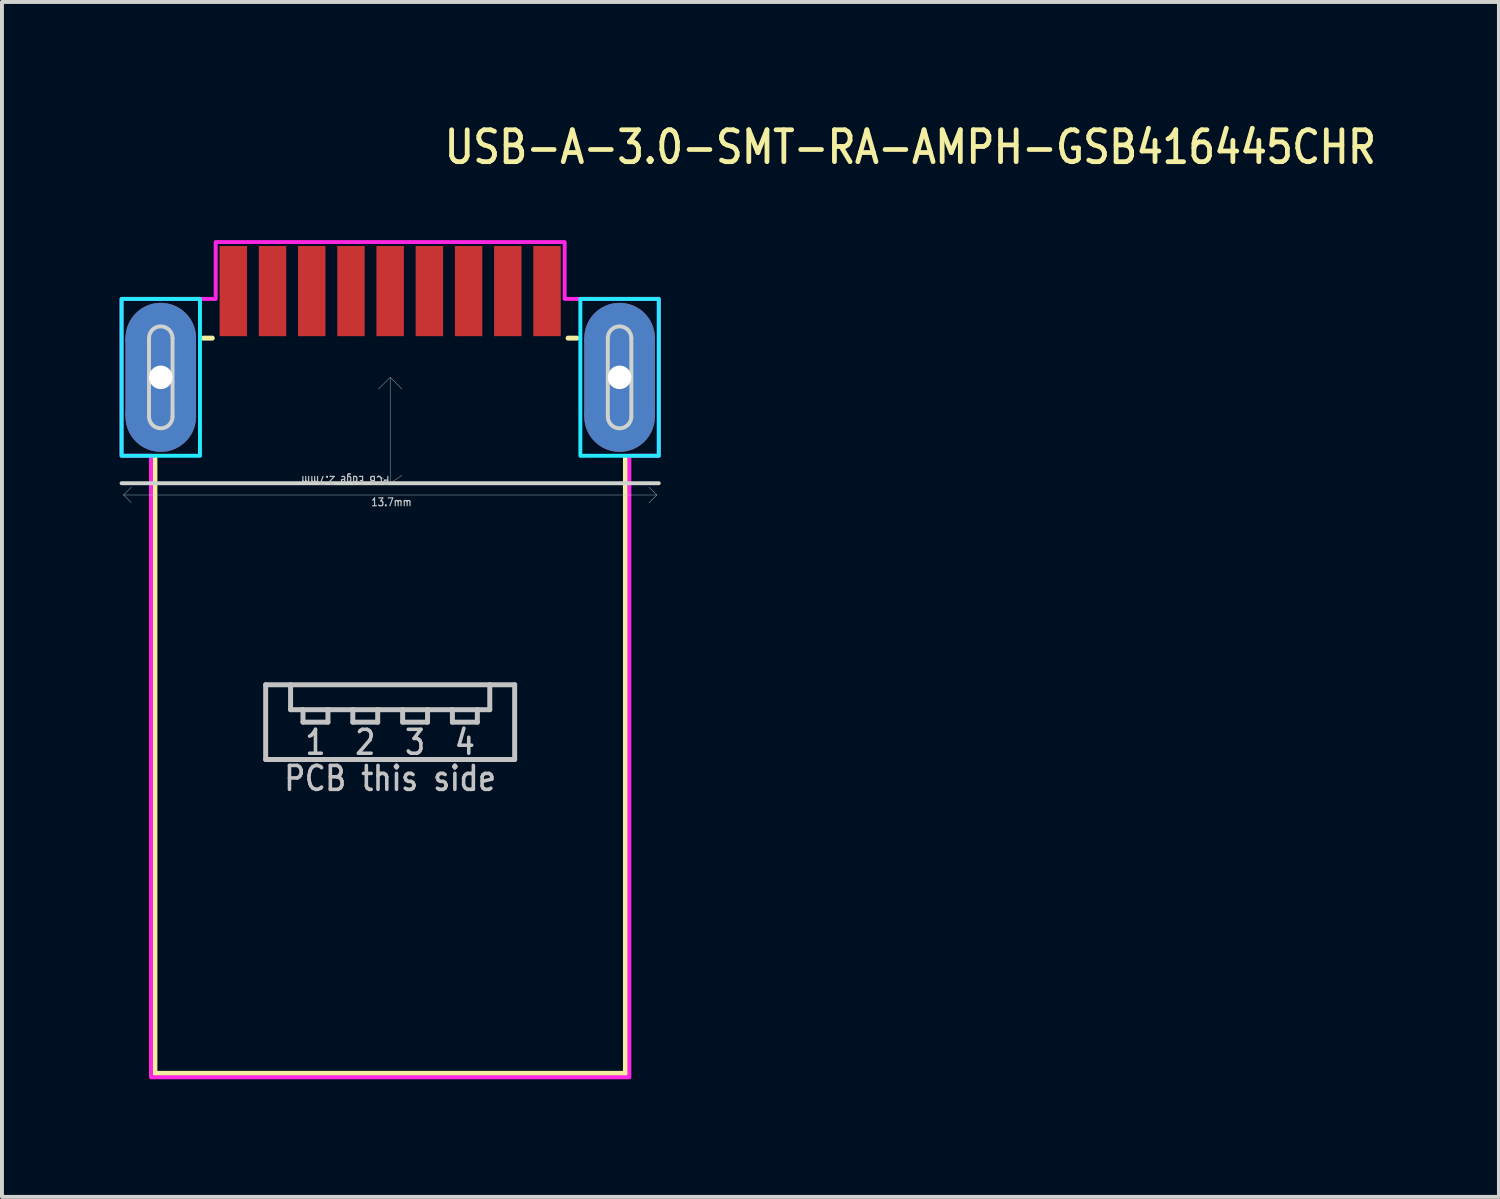
<source format=kicad_pcb>
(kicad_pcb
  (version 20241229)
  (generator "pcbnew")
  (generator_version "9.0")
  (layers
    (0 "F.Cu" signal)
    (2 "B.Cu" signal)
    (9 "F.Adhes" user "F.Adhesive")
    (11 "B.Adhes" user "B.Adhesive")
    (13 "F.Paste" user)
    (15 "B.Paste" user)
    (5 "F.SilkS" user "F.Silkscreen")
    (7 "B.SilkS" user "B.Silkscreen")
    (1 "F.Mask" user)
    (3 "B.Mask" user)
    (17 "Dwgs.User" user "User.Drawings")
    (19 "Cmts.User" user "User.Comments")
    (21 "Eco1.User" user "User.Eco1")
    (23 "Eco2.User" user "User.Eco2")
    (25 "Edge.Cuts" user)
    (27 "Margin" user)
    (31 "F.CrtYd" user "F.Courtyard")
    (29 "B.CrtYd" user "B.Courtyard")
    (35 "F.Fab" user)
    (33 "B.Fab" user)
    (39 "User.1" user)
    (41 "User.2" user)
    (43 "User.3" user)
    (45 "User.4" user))
  (footprint "USB-A-3.0-SMT-RA-AMPH-GSB416445CHR"
    (layer "F.Cu")
    (at 6.9 6.573)
    (property "Reference" "USB-A-3.0-SMT-RA-AMPH-GSB416445CHR" (at 1.321 -5.395 0) (unlocked yes) (layer "F.SilkS") (effects (font (size 0.813 0.695) (thickness 0.122)) (justify left bottom)))
    (fp_circle (center -5.85 -1) (end -6.75 -1) (stroke (width 0) (type solid)) (fill yes) (layer "F.Cu"))
    (fp_circle (center -5.85 1) (end -4.95 1) (stroke (width 0) (type solid)) (fill yes) (layer "F.Cu"))
    (fp_circle (center 5.85 -1) (end 4.95 -1) (stroke (width 0) (type solid)) (fill yes) (layer "F.Cu"))
    (fp_circle (center 5.85 1) (end 6.75 1) (stroke (width 0) (type solid)) (fill yes) (layer "F.Cu"))
    (fp_poly (pts (xy -6.75 -1) (xy -4.95 -1) (xy -4.95 1) (xy -6.75 1)) (stroke (width 0) (type solid)) (fill yes) (layer "F.Cu"))
    (fp_poly (pts (xy 4.95 -1) (xy 6.75 -1) (xy 6.75 1) (xy 4.95 1)) (stroke (width 0) (type solid)) (fill yes) (layer "F.Cu"))
    (fp_circle (center -5.85 -1) (end -6.85 -1) (stroke (width 0) (type solid)) (fill yes) (layer "F.Mask"))
    (fp_circle (center -5.85 1) (end -4.85 1) (stroke (width 0) (type solid)) (fill yes) (layer "F.Mask"))
    (fp_circle (center 5.85 -1) (end 4.85 -1) (stroke (width 0) (type solid)) (fill yes) (layer "F.Mask"))
    (fp_circle (center 5.85 1) (end 6.85 1) (stroke (width 0) (type solid)) (fill yes) (layer "F.Mask"))
    (fp_poly (pts (xy -6.85 -1) (xy -4.85 -1) (xy -4.85 1) (xy -6.85 1)) (stroke (width 0) (type solid)) (fill yes) (layer "F.Mask"))
    (fp_poly (pts (xy 4.85 -1) (xy 6.85 -1) (xy 6.85 1) (xy 4.85 1)) (stroke (width 0) (type solid)) (fill yes) (layer "F.Mask"))
    (fp_circle (center -5.85 -1) (end -4.95 -1) (stroke (width 0) (type solid)) (fill yes) (layer "B.Cu"))
    (fp_circle (center -5.85 1) (end -6.75 1) (stroke (width 0) (type solid)) (fill yes) (layer "B.Cu"))
    (fp_circle (center 5.85 -1) (end 6.75 -1) (stroke (width 0) (type solid)) (fill yes) (layer "B.Cu"))
    (fp_circle (center 5.85 1) (end 4.95 1) (stroke (width 0) (type solid)) (fill yes) (layer "B.Cu"))
    (fp_poly (pts (xy -4.95 -1) (xy -6.75 -1) (xy -6.75 1) (xy -4.95 1)) (stroke (width 0) (type solid)) (fill yes) (layer "B.Cu"))
    (fp_poly (pts (xy 6.75 -1) (xy 4.95 -1) (xy 4.95 1) (xy 6.75 1)) (stroke (width 0) (type solid)) (fill yes) (layer "B.Cu"))
    (fp_circle (center -5.85 -1) (end -4.85 -1) (stroke (width 0) (type solid)) (fill yes) (layer "B.Mask"))
    (fp_circle (center -5.85 1) (end -6.85 1) (stroke (width 0) (type solid)) (fill yes) (layer "B.Mask"))
    (fp_circle (center 5.85 -1) (end 6.85 -1) (stroke (width 0) (type solid)) (fill yes) (layer "B.Mask"))
    (fp_circle (center 5.85 1) (end 4.85 1) (stroke (width 0) (type solid)) (fill yes) (layer "B.Mask"))
    (fp_poly (pts (xy -4.85 -1) (xy -6.85 -1) (xy -6.85 1) (xy -4.85 1)) (stroke (width 0) (type solid)) (fill yes) (layer "B.Mask"))
    (fp_poly (pts (xy 6.85 -1) (xy 4.85 -1) (xy 4.85 1) (xy 6.85 1)) (stroke (width 0) (type solid)) (fill yes) (layer "B.Mask"))
    (fp_line (start -6 17.75) (end -6 2.05) (stroke (width 0.127) (type solid)) (layer "F.SilkS"))
    (fp_line (start -4.763 -1) (end -4.537 -1) (stroke (width 0.127) (type solid)) (layer "F.SilkS"))
    (fp_line (start 4.537 -1) (end 4.763 -1) (stroke (width 0.127) (type solid)) (layer "F.SilkS"))
    (fp_line (start 6 2.05) (end 6 17.75) (stroke (width 0.127) (type solid)) (layer "F.SilkS"))
    (fp_line (start 6 17.75) (end -6 17.75) (stroke (width 0.127) (type solid)) (layer "F.SilkS"))
    (fp_line (start -6.8 3) (end -6.6 2.8) (stroke (width 0.01) (type solid)) (layer "Dwgs.User"))
    (fp_line (start -6.8 3) (end -6.6 3.2) (stroke (width 0.01) (type solid)) (layer "Dwgs.User"))
    (fp_line (start -6.8 3) (end 6.8 3) (stroke (width 0.01) (type solid)) (layer "Dwgs.User"))
    (fp_line (start -3.175 7.84) (end -2.54 7.84) (stroke (width 0.127) (type solid)) (layer "Dwgs.User"))
    (fp_line (start -3.175 9.745) (end -3.175 7.84) (stroke (width 0.127) (type solid)) (layer "Dwgs.User"))
    (fp_line (start -2.54 7.84) (end -2.54 8.475) (stroke (width 0.127) (type solid)) (layer "Dwgs.User"))
    (fp_line (start -2.54 7.84) (end 2.54 7.84) (stroke (width 0.127) (type solid)) (layer "Dwgs.User"))
    (fp_line (start -2.54 8.475) (end -2.223 8.475) (stroke (width 0.127) (type solid)) (layer "Dwgs.User"))
    (fp_line (start -2.223 8.475) (end -2.223 8.793) (stroke (width 0.127) (type solid)) (layer "Dwgs.User"))
    (fp_line (start -2.223 8.475) (end -1.587 8.475) (stroke (width 0.127) (type solid)) (layer "Dwgs.User"))
    (fp_line (start -2.223 8.793) (end -1.587 8.793) (stroke (width 0.127) (type solid)) (layer "Dwgs.User"))
    (fp_line (start -1.587 8.475) (end -0.953 8.475) (stroke (width 0.127) (type solid)) (layer "Dwgs.User"))
    (fp_line (start -1.587 8.793) (end -1.587 8.475) (stroke (width 0.127) (type solid)) (layer "Dwgs.User"))
    (fp_line (start -0.953 8.475) (end -0.953 8.793) (stroke (width 0.127) (type solid)) (layer "Dwgs.User"))
    (fp_line (start -0.953 8.475) (end -0.318 8.475) (stroke (width 0.127) (type solid)) (layer "Dwgs.User"))
    (fp_line (start -0.953 8.793) (end -0.318 8.793) (stroke (width 0.127) (type solid)) (layer "Dwgs.User"))
    (fp_line (start -0.318 8.475) (end 0.318 8.475) (stroke (width 0.127) (type solid)) (layer "Dwgs.User"))
    (fp_line (start -0.318 8.793) (end -0.318 8.475) (stroke (width 0.127) (type solid)) (layer "Dwgs.User"))
    (fp_line (start 0 0) (end -0.3 0.3) (stroke (width 0.01) (type solid)) (layer "Dwgs.User"))
    (fp_line (start 0 0) (end 0 2.7) (stroke (width 0.01) (type solid)) (layer "Dwgs.User"))
    (fp_line (start 0 0) (end 0.3 0.3) (stroke (width 0.01) (type solid)) (layer "Dwgs.User"))
    (fp_line (start 0 2.7) (end -0.3 2.5) (stroke (width 0.01) (type solid)) (layer "Dwgs.User"))
    (fp_line (start 0 2.7) (end 0.3 2.5) (stroke (width 0.01) (type solid)) (layer "Dwgs.User"))
    (fp_line (start 0.318 8.475) (end 0.318 8.793) (stroke (width 0.127) (type solid)) (layer "Dwgs.User"))
    (fp_line (start 0.318 8.475) (end 0.953 8.475) (stroke (width 0.127) (type solid)) (layer "Dwgs.User"))
    (fp_line (start 0.318 8.793) (end 0.953 8.793) (stroke (width 0.127) (type solid)) (layer "Dwgs.User"))
    (fp_line (start 0.953 8.475) (end 1.587 8.475) (stroke (width 0.127) (type solid)) (layer "Dwgs.User"))
    (fp_line (start 0.953 8.793) (end 0.953 8.475) (stroke (width 0.127) (type solid)) (layer "Dwgs.User"))
    (fp_line (start 1.587 8.475) (end 1.587 8.793) (stroke (width 0.127) (type solid)) (layer "Dwgs.User"))
    (fp_line (start 1.587 8.475) (end 2.223 8.475) (stroke (width 0.127) (type solid)) (layer "Dwgs.User"))
    (fp_line (start 1.587 8.793) (end 2.223 8.793) (stroke (width 0.127) (type solid)) (layer "Dwgs.User"))
    (fp_line (start 2.223 8.475) (end 2.54 8.475) (stroke (width 0.127) (type solid)) (layer "Dwgs.User"))
    (fp_line (start 2.223 8.793) (end 2.223 8.475) (stroke (width 0.127) (type solid)) (layer "Dwgs.User"))
    (fp_line (start 2.54 7.84) (end 3.175 7.84) (stroke (width 0.127) (type solid)) (layer "Dwgs.User"))
    (fp_line (start 2.54 8.475) (end 2.54 7.84) (stroke (width 0.127) (type solid)) (layer "Dwgs.User"))
    (fp_line (start 3.175 7.84) (end 3.175 9.745) (stroke (width 0.127) (type solid)) (layer "Dwgs.User"))
    (fp_line (start 3.175 9.745) (end -3.175 9.745) (stroke (width 0.127) (type solid)) (layer "Dwgs.User"))
    (fp_line (start 6.8 3) (end 6.6 2.8) (stroke (width 0.01) (type solid)) (layer "Dwgs.User"))
    (fp_line (start 6.8 3) (end 6.6 3.2) (stroke (width 0.01) (type solid)) (layer "Dwgs.User"))
    (fp_line (start -6.85 2.7) (end 6.85 2.7) (stroke (width 0.1) (type solid)) (layer "Edge.Cuts"))
    (fp_line (start -6.15 1) (end -6.15 -1) (stroke (width 0.1) (type solid)) (layer "Edge.Cuts"))
    (fp_line (start -5.55 -1) (end -5.55 1) (stroke (width 0.1) (type solid)) (layer "Edge.Cuts"))
    (fp_line (start 5.55 1) (end 5.55 -1) (stroke (width 0.1) (type solid)) (layer "Edge.Cuts"))
    (fp_line (start 6.15 -1) (end 6.15 1) (stroke (width 0.1) (type solid)) (layer "Edge.Cuts"))
    (fp_arc (start -6.15 -1) (mid -5.85 -1.3) (end -5.55 -1) (stroke (width 0.1) (type solid)) (layer "Edge.Cuts"))
    (fp_arc (start -5.55 1) (mid -5.85 1.3) (end -6.15 1) (stroke (width 0.1) (type solid)) (layer "Edge.Cuts"))
    (fp_arc (start 5.55 -1) (mid 5.85 -1.3) (end 6.15 -1) (stroke (width 0.1) (type solid)) (layer "Edge.Cuts"))
    (fp_arc (start 6.15 1) (mid 5.85 1.3) (end 5.55 1) (stroke (width 0.1) (type solid)) (layer "Edge.Cuts"))
    (fp_poly (pts (xy -6.85 -2) (xy -4.85 -2) (xy -4.85 2) (xy -6.85 2)) (stroke (width 0.1) (type solid)) (fill no) (layer "B.CrtYd"))
    (fp_poly (pts (xy 4.85 -2) (xy 6.85 -2) (xy 6.85 2) (xy 4.85 2)) (stroke (width 0.1) (type solid)) (fill no) (layer "B.CrtYd"))
    (fp_poly (pts (xy -6.1 17.85) (xy -6.1 2) (xy -6.85 2) (xy -6.85 -2) (xy -4.45 -2) (xy -4.45 -3.45) (xy 4.45 -3.45) (xy 4.45 -2) (xy 6.85 -2) (xy 6.85 2) (xy 6.1 2) (xy 6.1 17.85)) (stroke (width 0.1) (type solid)) (fill no) (layer "F.CrtYd"))
    (fp_text user "4" (at 1.905 8.951 0) (unlocked yes) (layer "Dwgs.User") (effects (font (size 0.61 0.521) (thickness 0.091)) (justify top)))
    (fp_text user "1" (at -1.905 8.951 0) (unlocked yes) (layer "Dwgs.User") (effects (font (size 0.61 0.521) (thickness 0.091)) (justify top)))
    (fp_text user "13.7mm" (at -0.5 3.3 0) (unlocked yes) (layer "Dwgs.User") (effects (font (size 0.2 0.171) (thickness 0.03)) (justify left bottom)))
    (fp_text user "3" (at 0.635 8.951 0) (unlocked yes) (layer "Dwgs.User") (effects (font (size 0.61 0.521) (thickness 0.091)) (justify top)))
    (fp_text user "PCB Edge 2.7mm" (at 0 2.5 180) (unlocked yes) (layer "Dwgs.User") (effects (font (size 0.2 0.171) (thickness 0.03)) (justify left bottom)))
    (fp_text user "PCB this side" (at 0 9.872 0) (unlocked yes) (layer "Dwgs.User") (effects (font (size 0.61 0.521) (thickness 0.091)) (justify top)))
    (fp_text user "2" (at -0.635 8.951 0) (unlocked yes) (layer "Dwgs.User") (effects (font (size 0.61 0.521) (thickness 0.091)) (justify top)))
    (pad "1" smd rect (at 3 -2.2) (size 0.7 2.3) (layers "F.Cu" "F.Mask" "F.Paste"))
    (pad "2" smd rect (at 1 -2.2) (size 0.7 2.3) (layers "F.Cu" "F.Mask" "F.Paste"))
    (pad "3" smd rect (at -1 -2.2) (size 0.7 2.3) (layers "F.Cu" "F.Mask" "F.Paste"))
    (pad "4" smd rect (at -3 -2.2) (size 0.7 2.3) (layers "F.Cu" "F.Mask" "F.Paste"))
    (pad "5" smd rect (at -4 -2.2) (size 0.7 2.3) (layers "F.Cu" "F.Mask" "F.Paste"))
    (pad "6" smd rect (at -2 -2.2) (size 0.7 2.3) (layers "F.Cu" "F.Mask" "F.Paste"))
    (pad "7" smd rect (at 0 -2.2) (size 0.7 2.3) (layers "F.Cu" "F.Mask" "F.Paste"))
    (pad "8" smd rect (at 2 -2.2) (size 0.7 2.3) (layers "F.Cu" "F.Mask" "F.Paste"))
    (pad "9" smd rect (at 4 -2.2) (size 0.7 2.3) (layers "F.Cu" "F.Mask" "F.Paste"))
    (pad "S_1" thru_hole oval (at -5.85 0) (size 1 1) (drill 0.6) (layers "*.Cu" "*.Mask"))
    (pad "S_2" thru_hole oval (at 5.85 0) (size 1 1) (drill 0.6) (layers "*.Cu" "*.Mask")))
  (gr_rect
    (start -3 -3)
    (end 35.175 27.473)
    (stroke (width 0.1) (type default))
    (fill no)
    (layer "Edge.Cuts")))
</source>
